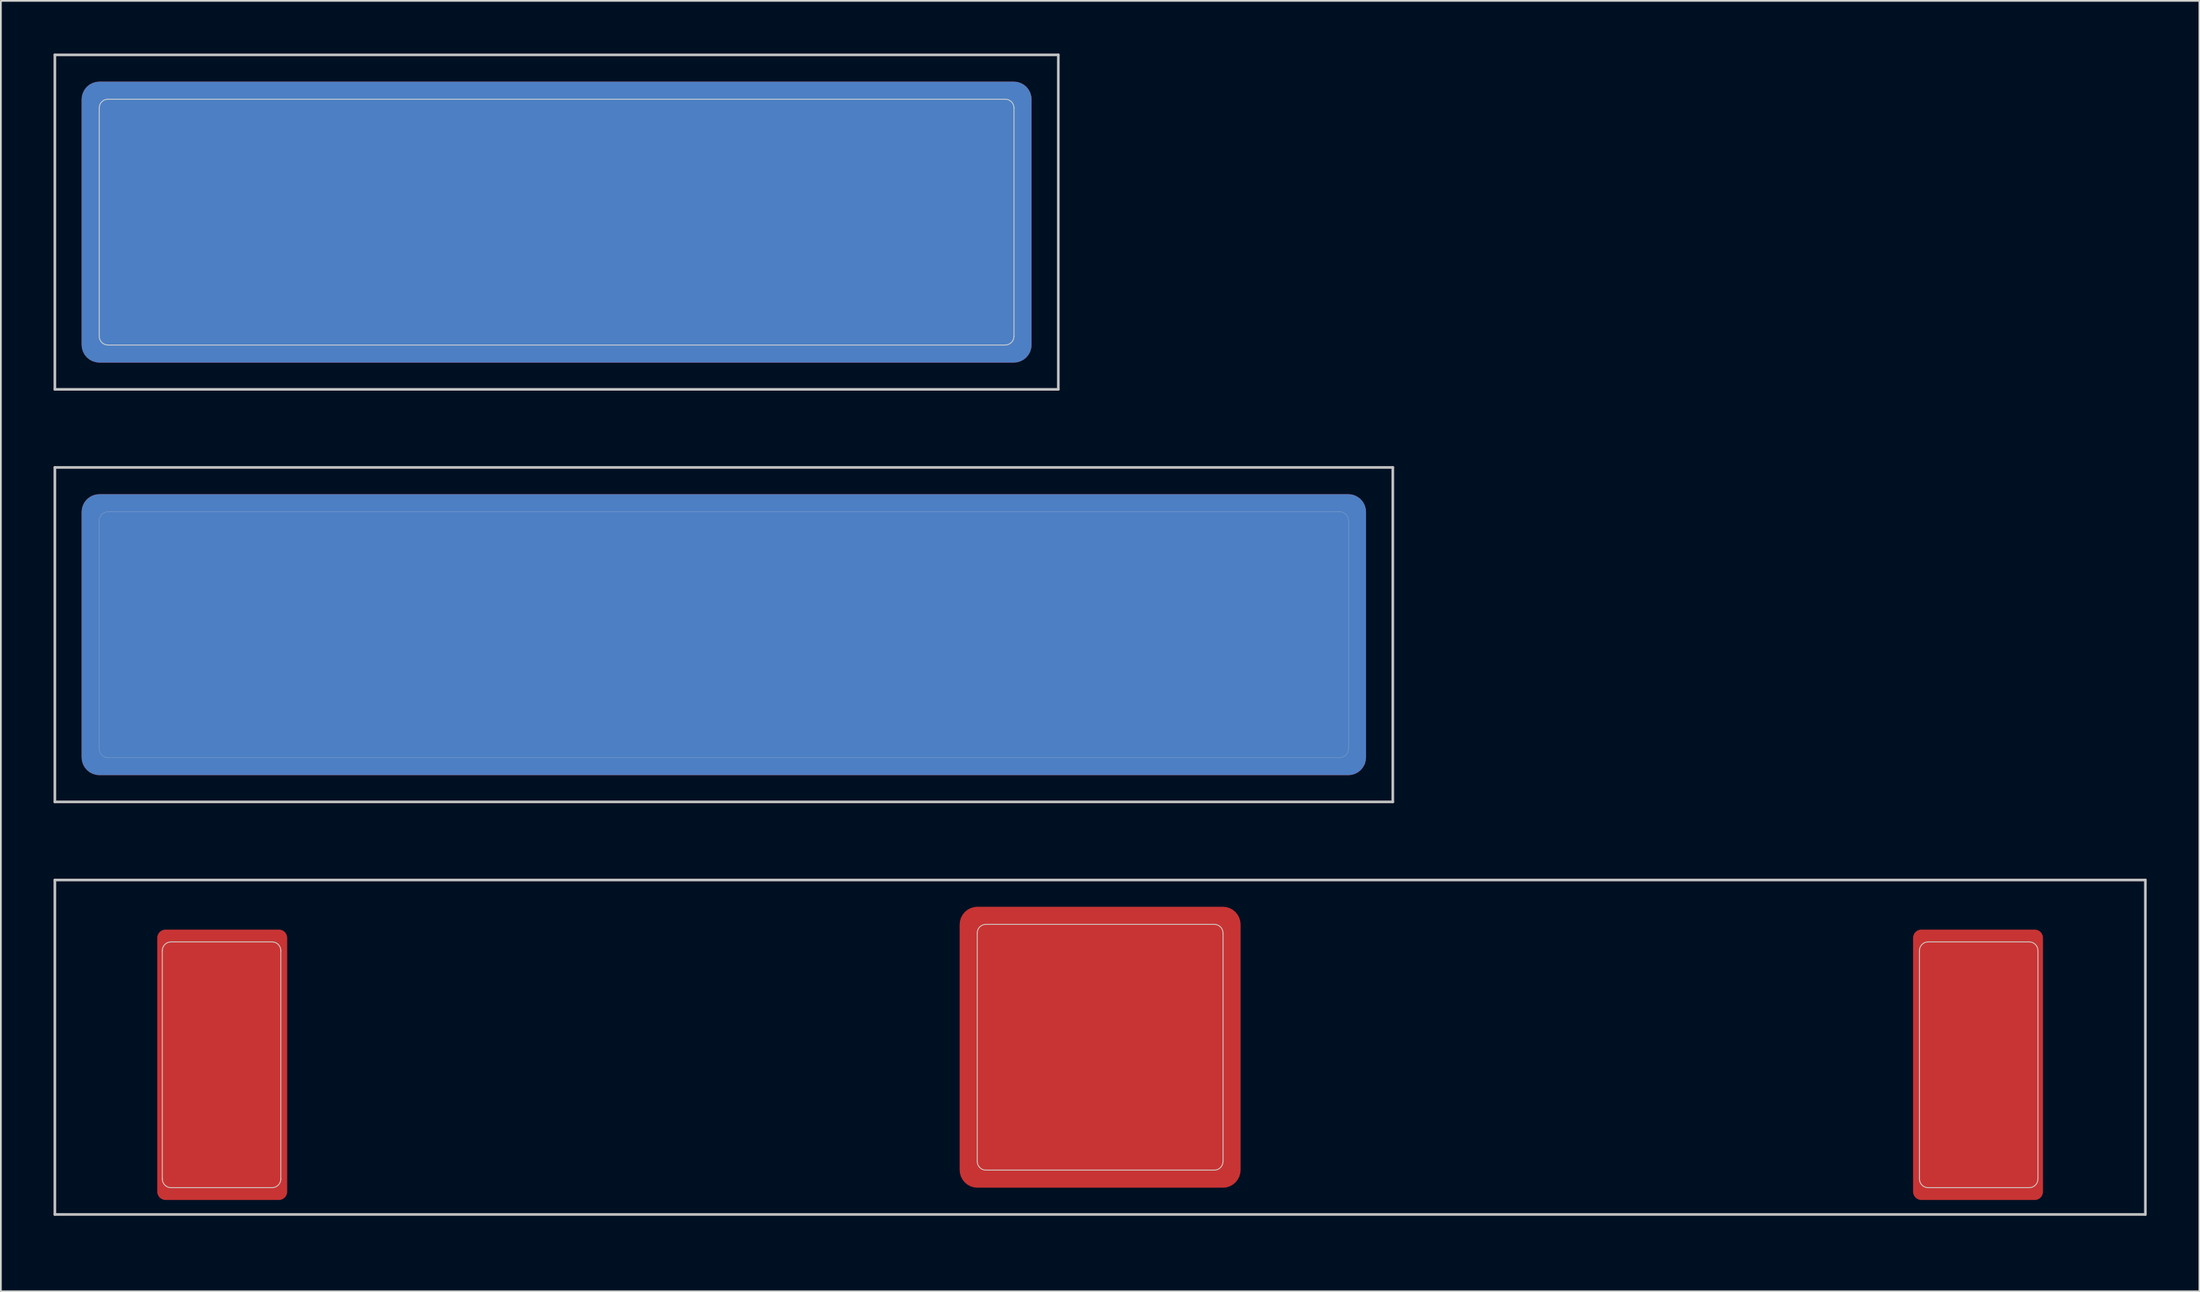
<source format=kicad_pcb>
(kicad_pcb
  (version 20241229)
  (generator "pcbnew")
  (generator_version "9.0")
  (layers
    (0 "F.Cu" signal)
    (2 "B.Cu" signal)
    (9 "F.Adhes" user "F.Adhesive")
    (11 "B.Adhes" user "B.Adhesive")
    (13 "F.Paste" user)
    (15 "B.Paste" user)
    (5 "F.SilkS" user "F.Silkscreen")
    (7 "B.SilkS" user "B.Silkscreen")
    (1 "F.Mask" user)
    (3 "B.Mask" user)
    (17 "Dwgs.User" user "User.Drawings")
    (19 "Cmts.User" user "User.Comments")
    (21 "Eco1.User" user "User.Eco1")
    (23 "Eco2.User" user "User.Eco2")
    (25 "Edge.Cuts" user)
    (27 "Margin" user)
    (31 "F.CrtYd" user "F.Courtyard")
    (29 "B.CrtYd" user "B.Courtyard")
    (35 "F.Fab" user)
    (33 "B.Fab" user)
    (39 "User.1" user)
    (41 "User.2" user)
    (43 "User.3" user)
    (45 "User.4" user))
  (footprint "MX_Cutout_6.25u"
    (layer "F.Cu")
    (at 59.606 56.596)
    (property "Reference" "MX_Cutout_6.25u" (at 0.25 10.05 0) (layer "Eco2.User") (effects (font (size 1 1) (thickness 0.15))))
    (attr through_hole)
    (fp_line (start -59.531 -9.525) (end -59.531 9.525) (stroke (width 0.15) (type solid)) (layer "Dwgs.User"))
    (fp_line (start -59.531 -9.525) (end 59.531 -9.525) (stroke (width 0.15) (type solid)) (layer "Dwgs.User"))
    (fp_line (start -59.531 9.525) (end 59.531 9.525) (stroke (width 0.15) (type solid)) (layer "Dwgs.User"))
    (fp_line (start 59.531 -9.525) (end 59.531 9.525) (stroke (width 0.15) (type solid)) (layer "Dwgs.User"))
    (fp_line (start -53.413 7.5) (end -53.413 -5.5) (stroke (width 0.05) (type solid)) (layer "Edge.Cuts"))
    (fp_line (start -52.913 -6) (end -47.163 -6) (stroke (width 0.05) (type solid)) (layer "Edge.Cuts"))
    (fp_line (start -47.163 8) (end -52.913 8) (stroke (width 0.05) (type solid)) (layer "Edge.Cuts"))
    (fp_line (start -46.663 -5.5) (end -46.663 7.5) (stroke (width 0.05) (type solid)) (layer "Edge.Cuts"))
    (fp_line (start -7 6.5) (end -7 -6.5) (stroke (width 0.05) (type solid)) (layer "Edge.Cuts"))
    (fp_line (start -6.5 -7) (end 6.5 -7) (stroke (width 0.05) (type solid)) (layer "Edge.Cuts"))
    (fp_line (start 6.5 7) (end -6.5 7) (stroke (width 0.05) (type solid)) (layer "Edge.Cuts"))
    (fp_line (start 7 -6.5) (end 7 6.5) (stroke (width 0.05) (type solid)) (layer "Edge.Cuts"))
    (fp_line (start 46.663 7.5) (end 46.663 -5.5) (stroke (width 0.05) (type solid)) (layer "Edge.Cuts"))
    (fp_line (start 47.163 -6) (end 52.913 -6) (stroke (width 0.05) (type solid)) (layer "Edge.Cuts"))
    (fp_line (start 52.913 8) (end 47.163 8) (stroke (width 0.05) (type solid)) (layer "Edge.Cuts"))
    (fp_line (start 53.413 -5.5) (end 53.413 7.5) (stroke (width 0.05) (type solid)) (layer "Edge.Cuts"))
    (fp_arc (start -53.4125 -5.5) (mid -53.266053 -5.853553) (end -52.9125 -6) (stroke (width 0.05) (type solid)) (layer "Edge.Cuts"))
    (fp_arc (start -52.9125 8) (mid -53.266053 7.853553) (end -53.4125 7.5) (stroke (width 0.05) (type solid)) (layer "Edge.Cuts"))
    (fp_arc (start -47.1625 -6) (mid -46.808947 -5.853553) (end -46.6625 -5.5) (stroke (width 0.05) (type solid)) (layer "Edge.Cuts"))
    (fp_arc (start -46.6625 7.5) (mid -46.808947 7.853553) (end -47.1625 8) (stroke (width 0.05) (type solid)) (layer "Edge.Cuts"))
    (fp_arc (start -7 -6.5) (mid -6.853553 -6.853553) (end -6.5 -7) (stroke (width 0.05) (type solid)) (layer "Edge.Cuts"))
    (fp_arc (start -6.5 7) (mid -6.853553 6.853553) (end -7 6.5) (stroke (width 0.05) (type solid)) (layer "Edge.Cuts"))
    (fp_arc (start 6.5 -7) (mid 6.853553 -6.853553) (end 7 -6.5) (stroke (width 0.05) (type solid)) (layer "Edge.Cuts"))
    (fp_arc (start 7 6.5) (mid 6.853553 6.853553) (end 6.5 7) (stroke (width 0.05) (type solid)) (layer "Edge.Cuts"))
    (fp_arc (start 46.6625 -5.5) (mid 46.808947 -5.853553) (end 47.1625 -6) (stroke (width 0.05) (type solid)) (layer "Edge.Cuts"))
    (fp_arc (start 47.1625 8) (mid 46.808947 7.853553) (end 46.6625 7.5) (stroke (width 0.05) (type solid)) (layer "Edge.Cuts"))
    (fp_arc (start 52.9125 -6) (mid 53.266053 -5.853553) (end 53.4125 -5.5) (stroke (width 0.05) (type solid)) (layer "Edge.Cuts"))
    (fp_arc (start 53.4125 7.5) (mid 53.266053 7.853553) (end 52.9125 8) (stroke (width 0.05) (type solid)) (layer "Edge.Cuts"))
    (pad "1" smd roundrect (at -50 1 180) (size 7.4 15.4) (layers "F.Cu" "F.Mask") (roundrect_rratio 0.063))
    (pad "1" smd roundrect (at 0 0 180) (size 16 16) (layers "F.Cu" "F.Mask") (roundrect_rratio 0.063))
    (pad "1" smd roundrect (at 50 1 180) (size 7.4 15.4) (layers "F.Cu" "F.Mask") (roundrect_rratio 0.063)))
  (footprint "MX_Cutout_4u"
    (layer "F.Cu")
    (at 38.175 33.098)
    (property "Reference" "MX_Cutout_4u" (at 0.25 10.05 0) (layer "Eco2.User") (effects (font (size 1 1) (thickness 0.15))))
    (attr through_hole)
    (fp_line (start -38.1 -9.525) (end 38.1 -9.525) (stroke (width 0.15) (type solid)) (layer "Dwgs.User"))
    (fp_line (start -38.1 9.525) (end -38.1 -9.525) (stroke (width 0.15) (type solid)) (layer "Dwgs.User"))
    (fp_line (start 38.1 -9.525) (end 38.1 9.525) (stroke (width 0.15) (type solid)) (layer "Dwgs.User"))
    (fp_line (start 38.1 9.525) (end -38.1 9.525) (stroke (width 0.15) (type solid)) (layer "Dwgs.User"))
    (fp_line (start -35.575 -6.5) (end -35.575 6.5) (stroke (width 0.01) (type solid)) (layer "Edge.Cuts"))
    (fp_line (start -35.075 7) (end 35.075 7) (stroke (width 0.01) (type solid)) (layer "Edge.Cuts"))
    (fp_line (start 35.075 -7) (end -35.075 -7) (stroke (width 0.01) (type solid)) (layer "Edge.Cuts"))
    (fp_line (start 35.575 6.5) (end 35.575 -6.5) (stroke (width 0.01) (type solid)) (layer "Edge.Cuts"))
    (fp_arc (start -35.575 -6.5) (mid -35.428553 -6.853553) (end -35.075 -7) (stroke (width 0.01) (type solid)) (layer "Edge.Cuts"))
    (fp_arc (start -35.075 7) (mid -35.428553 6.853553) (end -35.575 6.5) (stroke (width 0.01) (type solid)) (layer "Edge.Cuts"))
    (fp_arc (start 35.075 -7) (mid 35.428553 -6.853553) (end 35.575 -6.5) (stroke (width 0.01) (type solid)) (layer "Edge.Cuts"))
    (fp_arc (start 35.575 6.5) (mid 35.428553 6.853553) (end 35.075 7) (stroke (width 0.01) (type solid)) (layer "Edge.Cuts"))
    (pad "1" smd roundrect (at 0 0 180) (size 73.15 16) (layers "F.Cu" "F.Mask") (roundrect_rratio 0.063))
    (pad "1" smd roundrect (at 0 0 180) (size 73.15 16) (layers "B.Cu" "B.Mask") (roundrect_rratio 0.063)))
  (footprint "MX_Cutout_3u"
    (layer "F.Cu")
    (at 28.65 9.6)
    (property "Reference" "MX_Cutout_3u" (at 0.25 10.05 0) (layer "Eco2.User") (effects (font (size 1 1) (thickness 0.15))))
    (attr through_hole)
    (fp_line (start -28.575 -9.525) (end 28.575 -9.525) (stroke (width 0.15) (type solid)) (layer "Dwgs.User"))
    (fp_line (start -28.575 9.525) (end -28.575 -9.525) (stroke (width 0.15) (type solid)) (layer "Dwgs.User"))
    (fp_line (start 28.575 -9.525) (end 28.575 9.525) (stroke (width 0.15) (type solid)) (layer "Dwgs.User"))
    (fp_line (start 28.575 9.525) (end -28.575 9.525) (stroke (width 0.15) (type solid)) (layer "Dwgs.User"))
    (fp_line (start -26.05 -6.5) (end -26.05 6.5) (stroke (width 0.05) (type solid)) (layer "Edge.Cuts"))
    (fp_line (start -25.55 7) (end 25.55 7) (stroke (width 0.05) (type solid)) (layer "Edge.Cuts"))
    (fp_line (start 25.55 -7) (end -25.55 -7) (stroke (width 0.05) (type solid)) (layer "Edge.Cuts"))
    (fp_line (start 26.05 6.5) (end 26.05 -6.5) (stroke (width 0.05) (type solid)) (layer "Edge.Cuts"))
    (fp_arc (start -26.05 -6.5) (mid -25.903553 -6.853553) (end -25.55 -7) (stroke (width 0.05) (type solid)) (layer "Edge.Cuts"))
    (fp_arc (start -25.55 7) (mid -25.903553 6.853553) (end -26.05 6.5) (stroke (width 0.05) (type solid)) (layer "Edge.Cuts"))
    (fp_arc (start 25.55 -7) (mid 25.903553 -6.853553) (end 26.05 -6.5) (stroke (width 0.05) (type solid)) (layer "Edge.Cuts"))
    (fp_arc (start 26.05 6.5) (mid 25.903553 6.853553) (end 25.55 7) (stroke (width 0.05) (type solid)) (layer "Edge.Cuts"))
    (pad "1" smd roundrect (at 0 0 180) (size 54.1 16) (layers "F.Cu" "F.Mask") (roundrect_rratio 0.063))
    (pad "1" smd roundrect (at 0 0 180) (size 54.1 16) (layers "B.Cu" "B.Mask") (roundrect_rratio 0.063)))
  (gr_rect
    (start -3 -3)
    (end 122.213 70.495)
    (stroke (width 0.1) (type default))
    (fill no)
    (layer "Edge.Cuts")))
</source>
